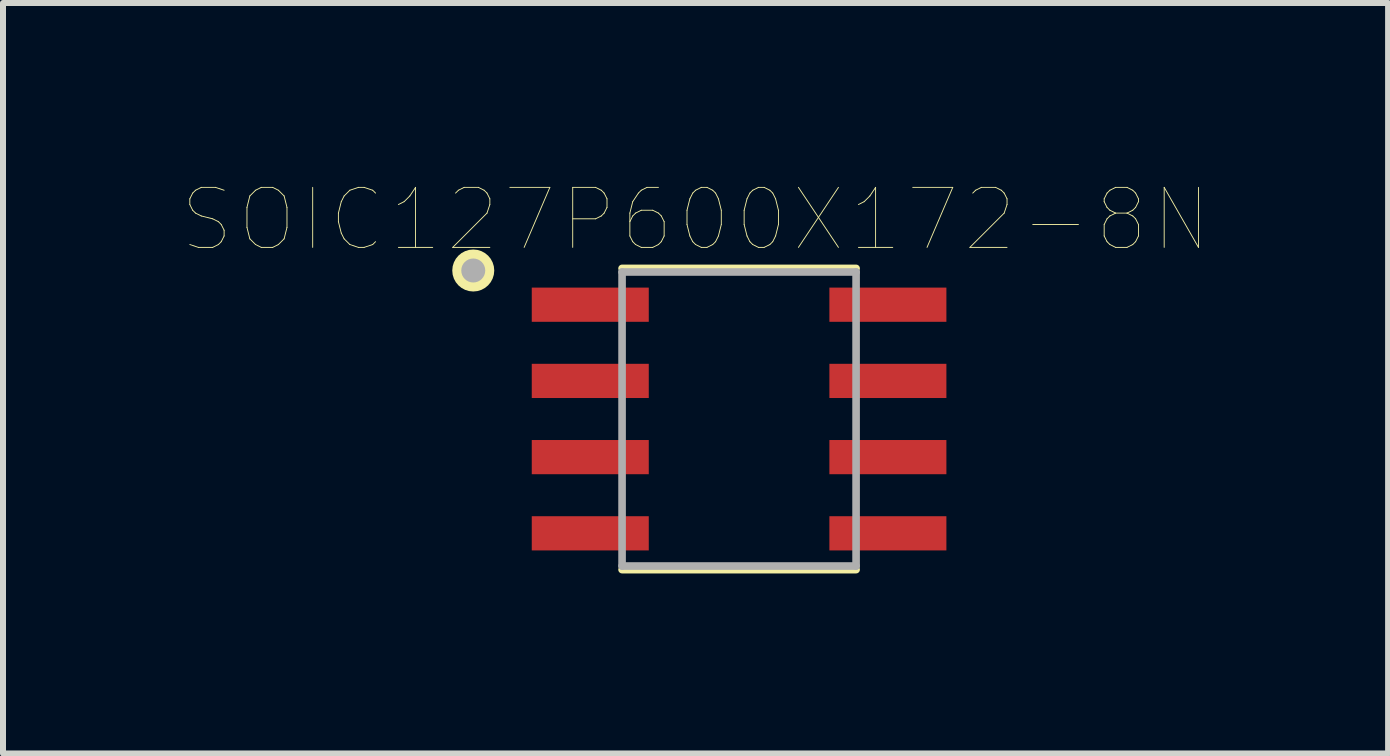
<source format=kicad_pcb>
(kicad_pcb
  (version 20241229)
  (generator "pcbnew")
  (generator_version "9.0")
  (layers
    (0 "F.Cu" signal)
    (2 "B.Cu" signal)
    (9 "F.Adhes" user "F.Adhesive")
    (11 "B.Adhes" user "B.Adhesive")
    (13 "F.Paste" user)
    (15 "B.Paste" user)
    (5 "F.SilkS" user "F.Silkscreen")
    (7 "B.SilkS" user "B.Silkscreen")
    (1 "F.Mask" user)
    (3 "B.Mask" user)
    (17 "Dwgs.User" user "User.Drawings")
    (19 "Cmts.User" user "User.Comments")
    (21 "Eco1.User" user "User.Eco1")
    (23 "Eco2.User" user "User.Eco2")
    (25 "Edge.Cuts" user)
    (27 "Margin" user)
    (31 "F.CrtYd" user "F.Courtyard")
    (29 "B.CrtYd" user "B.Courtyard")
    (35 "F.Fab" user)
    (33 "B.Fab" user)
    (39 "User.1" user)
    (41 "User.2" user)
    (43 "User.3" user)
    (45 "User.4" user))
  (footprint "SOIC127P600X172-8N"
    (layer "F.Cu")
    (at 9.267 3.933)
    (property "Reference" "SOIC127P600X172-8N" (at -0.725 -3.322 0) (layer "F.SilkS") (effects (font (size 1 1) (thickness 0.015))))
    (attr through_hole)
    (fp_line (start -1.95 -2.51) (end 1.95 -2.51) (stroke (width 0.127) (type solid)) (layer "F.SilkS"))
    (fp_line (start -1.95 2.51) (end 1.95 2.51) (stroke (width 0.127) (type solid)) (layer "F.SilkS"))
    (fp_circle (center -4.43 -2.475) (end -4.23 -2.475) (stroke (width 0.3) (type solid)) (fill no) (layer "F.SilkS"))
    (fp_line (start -1.95 -2.45) (end -1.95 2.45) (stroke (width 0.127) (type solid)) (layer "F.Fab"))
    (fp_line (start -1.95 -2.45) (end 1.95 -2.45) (stroke (width 0.127) (type solid)) (layer "F.Fab"))
    (fp_line (start -1.95 2.45) (end 1.95 2.45) (stroke (width 0.127) (type solid)) (layer "F.Fab"))
    (fp_line (start 1.95 -2.45) (end 1.95 2.45) (stroke (width 0.127) (type solid)) (layer "F.Fab"))
    (fp_circle (center -4.43 -2.475) (end -4.33 -2.475) (stroke (width 0.2) (type solid)) (fill no) (layer "F.Fab"))
    (pad "1" smd rect (at -2.48 -1.905) (size 1.95 0.57) (layers "F.Cu" "F.Mask" "F.Paste"))
    (pad "2" smd rect (at -2.48 -0.635) (size 1.95 0.57) (layers "F.Cu" "F.Mask" "F.Paste"))
    (pad "3" smd rect (at -2.48 0.635) (size 1.95 0.57) (layers "F.Cu" "F.Mask" "F.Paste"))
    (pad "4" smd rect (at -2.48 1.905) (size 1.95 0.57) (layers "F.Cu" "F.Mask" "F.Paste"))
    (pad "5" smd rect (at 2.48 1.905) (size 1.95 0.57) (layers "F.Cu" "F.Mask" "F.Paste"))
    (pad "6" smd rect (at 2.48 0.635) (size 1.95 0.57) (layers "F.Cu" "F.Mask" "F.Paste"))
    (pad "7" smd rect (at 2.48 -0.635) (size 1.95 0.57) (layers "F.Cu" "F.Mask" "F.Paste"))
    (pad "8" smd rect (at 2.48 -1.905) (size 1.95 0.57) (layers "F.Cu" "F.Mask" "F.Paste")))
  (gr_rect
    (start -3 -3)
    (end 20.083 9.507)
    (stroke (width 0.1) (type default))
    (fill no)
    (layer "Edge.Cuts")))
</source>
